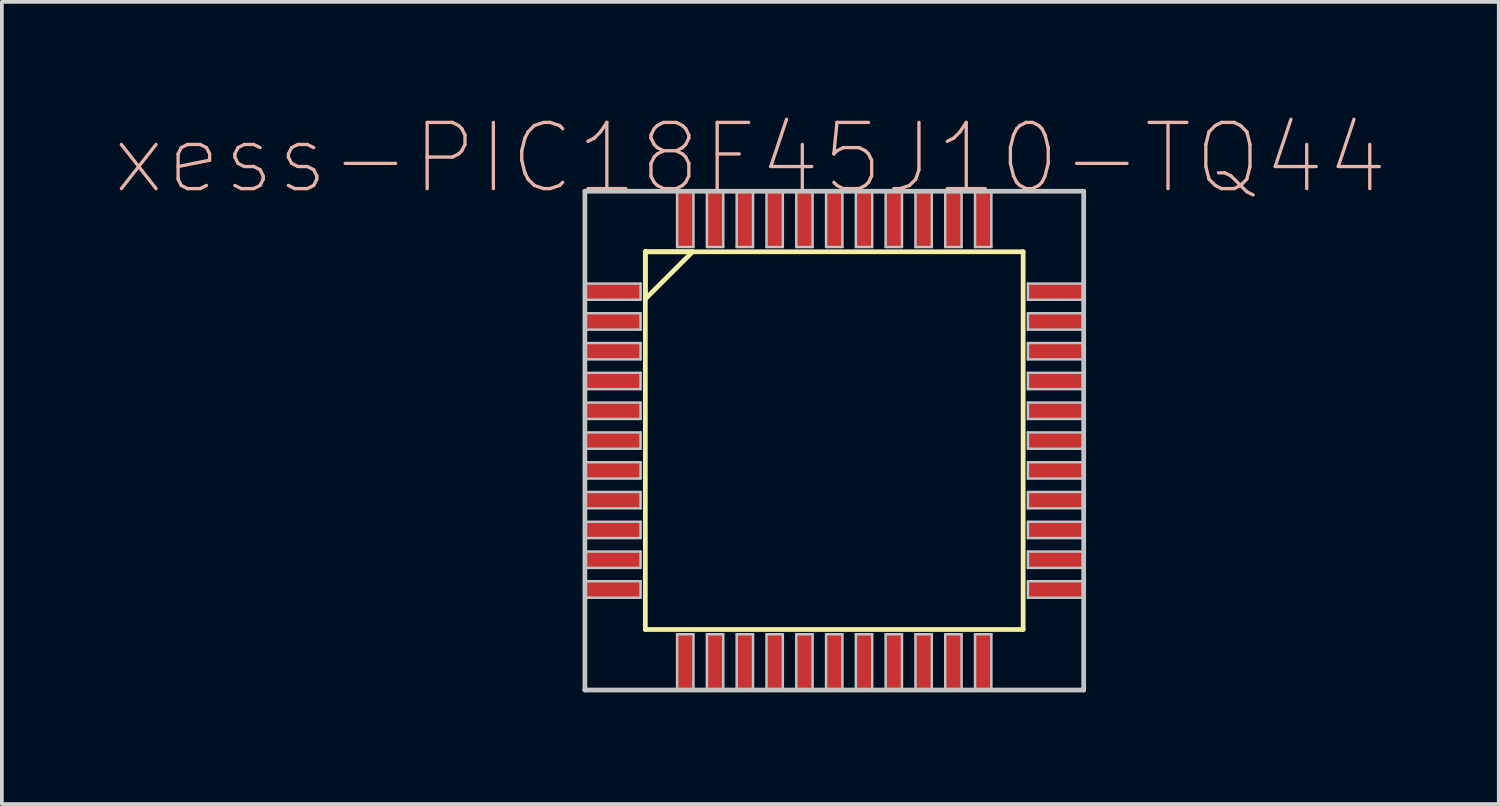
<source format=kicad_pcb>
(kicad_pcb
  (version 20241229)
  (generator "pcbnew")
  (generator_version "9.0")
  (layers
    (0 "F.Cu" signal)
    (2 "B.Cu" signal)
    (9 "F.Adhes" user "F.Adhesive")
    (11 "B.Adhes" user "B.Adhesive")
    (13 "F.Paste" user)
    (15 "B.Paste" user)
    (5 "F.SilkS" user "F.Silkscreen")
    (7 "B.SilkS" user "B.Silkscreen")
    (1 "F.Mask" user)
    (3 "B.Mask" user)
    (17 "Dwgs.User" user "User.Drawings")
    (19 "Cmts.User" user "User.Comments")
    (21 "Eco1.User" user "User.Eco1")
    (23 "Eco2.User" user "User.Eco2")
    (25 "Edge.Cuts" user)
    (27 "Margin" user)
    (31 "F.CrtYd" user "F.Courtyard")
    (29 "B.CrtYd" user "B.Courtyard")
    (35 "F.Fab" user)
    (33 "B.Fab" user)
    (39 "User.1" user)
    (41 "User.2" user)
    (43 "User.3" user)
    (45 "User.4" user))
  (footprint "xess-PIC18F45J10-TQ44"
    (layer "F.Cu")
    (at 13.656 4.783)
    (property "Reference" "xess-PIC18F45J10-TQ44" (at 3.444 -3.586 0) (layer "B.SilkS") (effects (font (size 1.778 1.778) (thickness 0.089))))
    (attr smd)
    (fp_line (start 0.625 -1.072) (end 0.625 0.196) (stroke (width 0.127) (type solid)) (layer "F.SilkS"))
    (fp_line (start 0.625 -1.072) (end 0.625 9.073) (stroke (width 0.127) (type solid)) (layer "F.SilkS"))
    (fp_line (start 0.625 0.196) (end 1.895 -1.072) (stroke (width 0.127) (type solid)) (layer "F.SilkS"))
    (fp_line (start 0.625 9.073) (end 10.772 9.073) (stroke (width 0.127) (type solid)) (layer "F.SilkS"))
    (fp_line (start 1.895 -1.072) (end 0.625 -1.072) (stroke (width 0.127) (type solid)) (layer "F.SilkS"))
    (fp_line (start 10.772 -1.072) (end 0.625 -1.072) (stroke (width 0.127) (type solid)) (layer "F.SilkS"))
    (fp_line (start 10.772 9.073) (end 10.772 -1.072) (stroke (width 0.127) (type solid)) (layer "F.SilkS"))
    (fp_line (start -0.998 -2.697) (end -0.998 10.698) (stroke (width 0.127) (type solid)) (layer "Dwgs.User"))
    (fp_line (start -0.998 -0.218) (end 0.498 -0.218) (stroke (width 0.066) (type solid)) (layer "Dwgs.User"))
    (fp_line (start -0.998 0.218) (end -0.998 -0.218) (stroke (width 0.066) (type solid)) (layer "Dwgs.User"))
    (fp_line (start -0.998 0.218) (end 0.498 0.218) (stroke (width 0.066) (type solid)) (layer "Dwgs.User"))
    (fp_line (start -0.998 0.579) (end 0.498 0.579) (stroke (width 0.066) (type solid)) (layer "Dwgs.User"))
    (fp_line (start -0.998 1.019) (end -0.998 0.579) (stroke (width 0.066) (type solid)) (layer "Dwgs.User"))
    (fp_line (start -0.998 1.019) (end 0.498 1.019) (stroke (width 0.066) (type solid)) (layer "Dwgs.User"))
    (fp_line (start -0.998 1.379) (end 0.498 1.379) (stroke (width 0.066) (type solid)) (layer "Dwgs.User"))
    (fp_line (start -0.998 1.819) (end -0.998 1.379) (stroke (width 0.066) (type solid)) (layer "Dwgs.User"))
    (fp_line (start -0.998 1.819) (end 0.498 1.819) (stroke (width 0.066) (type solid)) (layer "Dwgs.User"))
    (fp_line (start -0.998 2.179) (end 0.498 2.179) (stroke (width 0.066) (type solid)) (layer "Dwgs.User"))
    (fp_line (start -0.998 2.619) (end -0.998 2.179) (stroke (width 0.066) (type solid)) (layer "Dwgs.User"))
    (fp_line (start -0.998 2.619) (end 0.498 2.619) (stroke (width 0.066) (type solid)) (layer "Dwgs.User"))
    (fp_line (start -0.998 2.979) (end 0.498 2.979) (stroke (width 0.066) (type solid)) (layer "Dwgs.User"))
    (fp_line (start -0.998 3.419) (end -0.998 2.979) (stroke (width 0.066) (type solid)) (layer "Dwgs.User"))
    (fp_line (start -0.998 3.419) (end 0.498 3.419) (stroke (width 0.066) (type solid)) (layer "Dwgs.User"))
    (fp_line (start -0.998 3.78) (end 0.498 3.78) (stroke (width 0.066) (type solid)) (layer "Dwgs.User"))
    (fp_line (start -0.998 4.219) (end -0.998 3.78) (stroke (width 0.066) (type solid)) (layer "Dwgs.User"))
    (fp_line (start -0.998 4.219) (end 0.498 4.219) (stroke (width 0.066) (type solid)) (layer "Dwgs.User"))
    (fp_line (start -0.998 4.58) (end 0.498 4.58) (stroke (width 0.066) (type solid)) (layer "Dwgs.User"))
    (fp_line (start -0.998 5.019) (end -0.998 4.58) (stroke (width 0.066) (type solid)) (layer "Dwgs.User"))
    (fp_line (start -0.998 5.019) (end 0.498 5.019) (stroke (width 0.066) (type solid)) (layer "Dwgs.User"))
    (fp_line (start -0.998 5.38) (end 0.498 5.38) (stroke (width 0.066) (type solid)) (layer "Dwgs.User"))
    (fp_line (start -0.998 5.819) (end -0.998 5.38) (stroke (width 0.066) (type solid)) (layer "Dwgs.User"))
    (fp_line (start -0.998 5.819) (end 0.498 5.819) (stroke (width 0.066) (type solid)) (layer "Dwgs.User"))
    (fp_line (start -0.998 6.18) (end 0.498 6.18) (stroke (width 0.066) (type solid)) (layer "Dwgs.User"))
    (fp_line (start -0.998 6.619) (end -0.998 6.18) (stroke (width 0.066) (type solid)) (layer "Dwgs.User"))
    (fp_line (start -0.998 6.619) (end 0.498 6.619) (stroke (width 0.066) (type solid)) (layer "Dwgs.User"))
    (fp_line (start -0.998 6.98) (end 0.498 6.98) (stroke (width 0.066) (type solid)) (layer "Dwgs.User"))
    (fp_line (start -0.998 7.419) (end -0.998 6.98) (stroke (width 0.066) (type solid)) (layer "Dwgs.User"))
    (fp_line (start -0.998 7.419) (end 0.498 7.419) (stroke (width 0.066) (type solid)) (layer "Dwgs.User"))
    (fp_line (start -0.998 7.777) (end 0.498 7.777) (stroke (width 0.066) (type solid)) (layer "Dwgs.User"))
    (fp_line (start -0.998 8.219) (end -0.998 7.777) (stroke (width 0.066) (type solid)) (layer "Dwgs.User"))
    (fp_line (start -0.998 8.219) (end 0.498 8.219) (stroke (width 0.066) (type solid)) (layer "Dwgs.User"))
    (fp_line (start -0.998 10.698) (end 12.398 10.698) (stroke (width 0.127) (type solid)) (layer "Dwgs.User"))
    (fp_line (start 0.498 0.218) (end 0.498 -0.218) (stroke (width 0.066) (type solid)) (layer "Dwgs.User"))
    (fp_line (start 0.498 1.019) (end 0.498 0.579) (stroke (width 0.066) (type solid)) (layer "Dwgs.User"))
    (fp_line (start 0.498 1.819) (end 0.498 1.379) (stroke (width 0.066) (type solid)) (layer "Dwgs.User"))
    (fp_line (start 0.498 2.619) (end 0.498 2.179) (stroke (width 0.066) (type solid)) (layer "Dwgs.User"))
    (fp_line (start 0.498 3.419) (end 0.498 2.979) (stroke (width 0.066) (type solid)) (layer "Dwgs.User"))
    (fp_line (start 0.498 4.219) (end 0.498 3.78) (stroke (width 0.066) (type solid)) (layer "Dwgs.User"))
    (fp_line (start 0.498 5.019) (end 0.498 4.58) (stroke (width 0.066) (type solid)) (layer "Dwgs.User"))
    (fp_line (start 0.498 5.819) (end 0.498 5.38) (stroke (width 0.066) (type solid)) (layer "Dwgs.User"))
    (fp_line (start 0.498 6.619) (end 0.498 6.18) (stroke (width 0.066) (type solid)) (layer "Dwgs.User"))
    (fp_line (start 0.498 7.419) (end 0.498 6.98) (stroke (width 0.066) (type solid)) (layer "Dwgs.User"))
    (fp_line (start 0.498 8.219) (end 0.498 7.777) (stroke (width 0.066) (type solid)) (layer "Dwgs.User"))
    (fp_line (start 1.478 -2.697) (end 1.918 -2.697) (stroke (width 0.066) (type solid)) (layer "Dwgs.User"))
    (fp_line (start 1.478 -1.199) (end 1.478 -2.697) (stroke (width 0.066) (type solid)) (layer "Dwgs.User"))
    (fp_line (start 1.478 -1.199) (end 1.918 -1.199) (stroke (width 0.066) (type solid)) (layer "Dwgs.User"))
    (fp_line (start 1.478 9.2) (end 1.918 9.2) (stroke (width 0.066) (type solid)) (layer "Dwgs.User"))
    (fp_line (start 1.478 10.698) (end 1.478 9.2) (stroke (width 0.066) (type solid)) (layer "Dwgs.User"))
    (fp_line (start 1.478 10.698) (end 1.918 10.698) (stroke (width 0.066) (type solid)) (layer "Dwgs.User"))
    (fp_line (start 1.918 -1.199) (end 1.918 -2.697) (stroke (width 0.066) (type solid)) (layer "Dwgs.User"))
    (fp_line (start 1.918 10.698) (end 1.918 9.2) (stroke (width 0.066) (type solid)) (layer "Dwgs.User"))
    (fp_line (start 2.278 -2.697) (end 2.718 -2.697) (stroke (width 0.066) (type solid)) (layer "Dwgs.User"))
    (fp_line (start 2.278 -1.199) (end 2.278 -2.697) (stroke (width 0.066) (type solid)) (layer "Dwgs.User"))
    (fp_line (start 2.278 -1.199) (end 2.718 -1.199) (stroke (width 0.066) (type solid)) (layer "Dwgs.User"))
    (fp_line (start 2.278 9.2) (end 2.718 9.2) (stroke (width 0.066) (type solid)) (layer "Dwgs.User"))
    (fp_line (start 2.278 10.698) (end 2.278 9.2) (stroke (width 0.066) (type solid)) (layer "Dwgs.User"))
    (fp_line (start 2.278 10.698) (end 2.718 10.698) (stroke (width 0.066) (type solid)) (layer "Dwgs.User"))
    (fp_line (start 2.718 -1.199) (end 2.718 -2.697) (stroke (width 0.066) (type solid)) (layer "Dwgs.User"))
    (fp_line (start 2.718 10.698) (end 2.718 9.2) (stroke (width 0.066) (type solid)) (layer "Dwgs.User"))
    (fp_line (start 3.078 -2.697) (end 3.518 -2.697) (stroke (width 0.066) (type solid)) (layer "Dwgs.User"))
    (fp_line (start 3.078 -1.199) (end 3.078 -2.697) (stroke (width 0.066) (type solid)) (layer "Dwgs.User"))
    (fp_line (start 3.078 -1.199) (end 3.518 -1.199) (stroke (width 0.066) (type solid)) (layer "Dwgs.User"))
    (fp_line (start 3.078 9.2) (end 3.518 9.2) (stroke (width 0.066) (type solid)) (layer "Dwgs.User"))
    (fp_line (start 3.078 10.698) (end 3.078 9.2) (stroke (width 0.066) (type solid)) (layer "Dwgs.User"))
    (fp_line (start 3.078 10.698) (end 3.518 10.698) (stroke (width 0.066) (type solid)) (layer "Dwgs.User"))
    (fp_line (start 3.518 -1.199) (end 3.518 -2.697) (stroke (width 0.066) (type solid)) (layer "Dwgs.User"))
    (fp_line (start 3.518 10.698) (end 3.518 9.2) (stroke (width 0.066) (type solid)) (layer "Dwgs.User"))
    (fp_line (start 3.879 -2.697) (end 4.318 -2.697) (stroke (width 0.066) (type solid)) (layer "Dwgs.User"))
    (fp_line (start 3.879 -1.199) (end 3.879 -2.697) (stroke (width 0.066) (type solid)) (layer "Dwgs.User"))
    (fp_line (start 3.879 -1.199) (end 4.318 -1.199) (stroke (width 0.066) (type solid)) (layer "Dwgs.User"))
    (fp_line (start 3.879 9.2) (end 4.318 9.2) (stroke (width 0.066) (type solid)) (layer "Dwgs.User"))
    (fp_line (start 3.879 10.698) (end 3.879 9.2) (stroke (width 0.066) (type solid)) (layer "Dwgs.User"))
    (fp_line (start 3.879 10.698) (end 4.318 10.698) (stroke (width 0.066) (type solid)) (layer "Dwgs.User"))
    (fp_line (start 4.318 -1.199) (end 4.318 -2.697) (stroke (width 0.066) (type solid)) (layer "Dwgs.User"))
    (fp_line (start 4.318 10.698) (end 4.318 9.2) (stroke (width 0.066) (type solid)) (layer "Dwgs.User"))
    (fp_line (start 4.679 -2.697) (end 5.118 -2.697) (stroke (width 0.066) (type solid)) (layer "Dwgs.User"))
    (fp_line (start 4.679 -1.199) (end 4.679 -2.697) (stroke (width 0.066) (type solid)) (layer "Dwgs.User"))
    (fp_line (start 4.679 -1.199) (end 5.118 -1.199) (stroke (width 0.066) (type solid)) (layer "Dwgs.User"))
    (fp_line (start 4.679 9.2) (end 5.118 9.2) (stroke (width 0.066) (type solid)) (layer "Dwgs.User"))
    (fp_line (start 4.679 10.698) (end 4.679 9.2) (stroke (width 0.066) (type solid)) (layer "Dwgs.User"))
    (fp_line (start 4.679 10.698) (end 5.118 10.698) (stroke (width 0.066) (type solid)) (layer "Dwgs.User"))
    (fp_line (start 5.118 -1.199) (end 5.118 -2.697) (stroke (width 0.066) (type solid)) (layer "Dwgs.User"))
    (fp_line (start 5.118 10.698) (end 5.118 9.2) (stroke (width 0.066) (type solid)) (layer "Dwgs.User"))
    (fp_line (start 5.479 -2.697) (end 5.918 -2.697) (stroke (width 0.066) (type solid)) (layer "Dwgs.User"))
    (fp_line (start 5.479 -1.199) (end 5.479 -2.697) (stroke (width 0.066) (type solid)) (layer "Dwgs.User"))
    (fp_line (start 5.479 -1.199) (end 5.918 -1.199) (stroke (width 0.066) (type solid)) (layer "Dwgs.User"))
    (fp_line (start 5.479 9.2) (end 5.918 9.2) (stroke (width 0.066) (type solid)) (layer "Dwgs.User"))
    (fp_line (start 5.479 10.698) (end 5.479 9.2) (stroke (width 0.066) (type solid)) (layer "Dwgs.User"))
    (fp_line (start 5.479 10.698) (end 5.918 10.698) (stroke (width 0.066) (type solid)) (layer "Dwgs.User"))
    (fp_line (start 5.918 -1.199) (end 5.918 -2.697) (stroke (width 0.066) (type solid)) (layer "Dwgs.User"))
    (fp_line (start 5.918 10.698) (end 5.918 9.2) (stroke (width 0.066) (type solid)) (layer "Dwgs.User"))
    (fp_line (start 6.279 -2.697) (end 6.718 -2.697) (stroke (width 0.066) (type solid)) (layer "Dwgs.User"))
    (fp_line (start 6.279 -1.199) (end 6.279 -2.697) (stroke (width 0.066) (type solid)) (layer "Dwgs.User"))
    (fp_line (start 6.279 -1.199) (end 6.718 -1.199) (stroke (width 0.066) (type solid)) (layer "Dwgs.User"))
    (fp_line (start 6.279 9.2) (end 6.718 9.2) (stroke (width 0.066) (type solid)) (layer "Dwgs.User"))
    (fp_line (start 6.279 10.698) (end 6.279 9.2) (stroke (width 0.066) (type solid)) (layer "Dwgs.User"))
    (fp_line (start 6.279 10.698) (end 6.718 10.698) (stroke (width 0.066) (type solid)) (layer "Dwgs.User"))
    (fp_line (start 6.718 -1.199) (end 6.718 -2.697) (stroke (width 0.066) (type solid)) (layer "Dwgs.User"))
    (fp_line (start 6.718 10.698) (end 6.718 9.2) (stroke (width 0.066) (type solid)) (layer "Dwgs.User"))
    (fp_line (start 7.079 -2.697) (end 7.518 -2.697) (stroke (width 0.066) (type solid)) (layer "Dwgs.User"))
    (fp_line (start 7.079 -1.199) (end 7.079 -2.697) (stroke (width 0.066) (type solid)) (layer "Dwgs.User"))
    (fp_line (start 7.079 -1.199) (end 7.518 -1.199) (stroke (width 0.066) (type solid)) (layer "Dwgs.User"))
    (fp_line (start 7.079 9.2) (end 7.518 9.2) (stroke (width 0.066) (type solid)) (layer "Dwgs.User"))
    (fp_line (start 7.079 10.698) (end 7.079 9.2) (stroke (width 0.066) (type solid)) (layer "Dwgs.User"))
    (fp_line (start 7.079 10.698) (end 7.518 10.698) (stroke (width 0.066) (type solid)) (layer "Dwgs.User"))
    (fp_line (start 7.518 -1.199) (end 7.518 -2.697) (stroke (width 0.066) (type solid)) (layer "Dwgs.User"))
    (fp_line (start 7.518 10.698) (end 7.518 9.2) (stroke (width 0.066) (type solid)) (layer "Dwgs.User"))
    (fp_line (start 7.879 -2.697) (end 8.319 -2.697) (stroke (width 0.066) (type solid)) (layer "Dwgs.User"))
    (fp_line (start 7.879 -1.199) (end 7.879 -2.697) (stroke (width 0.066) (type solid)) (layer "Dwgs.User"))
    (fp_line (start 7.879 -1.199) (end 8.319 -1.199) (stroke (width 0.066) (type solid)) (layer "Dwgs.User"))
    (fp_line (start 7.879 9.2) (end 8.319 9.2) (stroke (width 0.066) (type solid)) (layer "Dwgs.User"))
    (fp_line (start 7.879 10.698) (end 7.879 9.2) (stroke (width 0.066) (type solid)) (layer "Dwgs.User"))
    (fp_line (start 7.879 10.698) (end 8.319 10.698) (stroke (width 0.066) (type solid)) (layer "Dwgs.User"))
    (fp_line (start 8.319 -1.199) (end 8.319 -2.697) (stroke (width 0.066) (type solid)) (layer "Dwgs.User"))
    (fp_line (start 8.319 10.698) (end 8.319 9.2) (stroke (width 0.066) (type solid)) (layer "Dwgs.User"))
    (fp_line (start 8.679 -2.697) (end 9.119 -2.697) (stroke (width 0.066) (type solid)) (layer "Dwgs.User"))
    (fp_line (start 8.679 -1.199) (end 8.679 -2.697) (stroke (width 0.066) (type solid)) (layer "Dwgs.User"))
    (fp_line (start 8.679 -1.199) (end 9.119 -1.199) (stroke (width 0.066) (type solid)) (layer "Dwgs.User"))
    (fp_line (start 8.679 9.2) (end 9.119 9.2) (stroke (width 0.066) (type solid)) (layer "Dwgs.User"))
    (fp_line (start 8.679 10.698) (end 8.679 9.2) (stroke (width 0.066) (type solid)) (layer "Dwgs.User"))
    (fp_line (start 8.679 10.698) (end 9.119 10.698) (stroke (width 0.066) (type solid)) (layer "Dwgs.User"))
    (fp_line (start 9.119 -1.199) (end 9.119 -2.697) (stroke (width 0.066) (type solid)) (layer "Dwgs.User"))
    (fp_line (start 9.119 10.698) (end 9.119 9.2) (stroke (width 0.066) (type solid)) (layer "Dwgs.User"))
    (fp_line (start 9.479 -2.697) (end 9.919 -2.697) (stroke (width 0.066) (type solid)) (layer "Dwgs.User"))
    (fp_line (start 9.479 -1.199) (end 9.479 -2.697) (stroke (width 0.066) (type solid)) (layer "Dwgs.User"))
    (fp_line (start 9.479 -1.199) (end 9.919 -1.199) (stroke (width 0.066) (type solid)) (layer "Dwgs.User"))
    (fp_line (start 9.479 9.2) (end 9.919 9.2) (stroke (width 0.066) (type solid)) (layer "Dwgs.User"))
    (fp_line (start 9.479 10.698) (end 9.479 9.2) (stroke (width 0.066) (type solid)) (layer "Dwgs.User"))
    (fp_line (start 9.479 10.698) (end 9.919 10.698) (stroke (width 0.066) (type solid)) (layer "Dwgs.User"))
    (fp_line (start 9.919 -1.199) (end 9.919 -2.697) (stroke (width 0.066) (type solid)) (layer "Dwgs.User"))
    (fp_line (start 9.919 10.698) (end 9.919 9.2) (stroke (width 0.066) (type solid)) (layer "Dwgs.User"))
    (fp_line (start 10.899 -0.218) (end 12.398 -0.218) (stroke (width 0.066) (type solid)) (layer "Dwgs.User"))
    (fp_line (start 10.899 0.218) (end 10.899 -0.218) (stroke (width 0.066) (type solid)) (layer "Dwgs.User"))
    (fp_line (start 10.899 0.218) (end 12.398 0.218) (stroke (width 0.066) (type solid)) (layer "Dwgs.User"))
    (fp_line (start 10.899 0.579) (end 12.398 0.579) (stroke (width 0.066) (type solid)) (layer "Dwgs.User"))
    (fp_line (start 10.899 1.019) (end 10.899 0.579) (stroke (width 0.066) (type solid)) (layer "Dwgs.User"))
    (fp_line (start 10.899 1.019) (end 12.398 1.019) (stroke (width 0.066) (type solid)) (layer "Dwgs.User"))
    (fp_line (start 10.899 1.379) (end 12.398 1.379) (stroke (width 0.066) (type solid)) (layer "Dwgs.User"))
    (fp_line (start 10.899 1.819) (end 10.899 1.379) (stroke (width 0.066) (type solid)) (layer "Dwgs.User"))
    (fp_line (start 10.899 1.819) (end 12.398 1.819) (stroke (width 0.066) (type solid)) (layer "Dwgs.User"))
    (fp_line (start 10.899 2.179) (end 12.398 2.179) (stroke (width 0.066) (type solid)) (layer "Dwgs.User"))
    (fp_line (start 10.899 2.619) (end 10.899 2.179) (stroke (width 0.066) (type solid)) (layer "Dwgs.User"))
    (fp_line (start 10.899 2.619) (end 12.398 2.619) (stroke (width 0.066) (type solid)) (layer "Dwgs.User"))
    (fp_line (start 10.899 2.979) (end 12.398 2.979) (stroke (width 0.066) (type solid)) (layer "Dwgs.User"))
    (fp_line (start 10.899 3.419) (end 10.899 2.979) (stroke (width 0.066) (type solid)) (layer "Dwgs.User"))
    (fp_line (start 10.899 3.419) (end 12.398 3.419) (stroke (width 0.066) (type solid)) (layer "Dwgs.User"))
    (fp_line (start 10.899 3.78) (end 12.398 3.78) (stroke (width 0.066) (type solid)) (layer "Dwgs.User"))
    (fp_line (start 10.899 4.219) (end 10.899 3.78) (stroke (width 0.066) (type solid)) (layer "Dwgs.User"))
    (fp_line (start 10.899 4.219) (end 12.398 4.219) (stroke (width 0.066) (type solid)) (layer "Dwgs.User"))
    (fp_line (start 10.899 4.58) (end 12.398 4.58) (stroke (width 0.066) (type solid)) (layer "Dwgs.User"))
    (fp_line (start 10.899 5.019) (end 10.899 4.58) (stroke (width 0.066) (type solid)) (layer "Dwgs.User"))
    (fp_line (start 10.899 5.019) (end 12.398 5.019) (stroke (width 0.066) (type solid)) (layer "Dwgs.User"))
    (fp_line (start 10.899 5.38) (end 12.398 5.38) (stroke (width 0.066) (type solid)) (layer "Dwgs.User"))
    (fp_line (start 10.899 5.819) (end 10.899 5.38) (stroke (width 0.066) (type solid)) (layer "Dwgs.User"))
    (fp_line (start 10.899 5.819) (end 12.398 5.819) (stroke (width 0.066) (type solid)) (layer "Dwgs.User"))
    (fp_line (start 10.899 6.18) (end 12.398 6.18) (stroke (width 0.066) (type solid)) (layer "Dwgs.User"))
    (fp_line (start 10.899 6.619) (end 10.899 6.18) (stroke (width 0.066) (type solid)) (layer "Dwgs.User"))
    (fp_line (start 10.899 6.619) (end 12.398 6.619) (stroke (width 0.066) (type solid)) (layer "Dwgs.User"))
    (fp_line (start 10.899 6.98) (end 12.398 6.98) (stroke (width 0.066) (type solid)) (layer "Dwgs.User"))
    (fp_line (start 10.899 7.419) (end 10.899 6.98) (stroke (width 0.066) (type solid)) (layer "Dwgs.User"))
    (fp_line (start 10.899 7.419) (end 12.398 7.419) (stroke (width 0.066) (type solid)) (layer "Dwgs.User"))
    (fp_line (start 10.899 7.777) (end 12.398 7.777) (stroke (width 0.066) (type solid)) (layer "Dwgs.User"))
    (fp_line (start 10.899 8.219) (end 10.899 7.777) (stroke (width 0.066) (type solid)) (layer "Dwgs.User"))
    (fp_line (start 10.899 8.219) (end 12.398 8.219) (stroke (width 0.066) (type solid)) (layer "Dwgs.User"))
    (fp_line (start 12.398 -2.697) (end -0.998 -2.697) (stroke (width 0.127) (type solid)) (layer "Dwgs.User"))
    (fp_line (start 12.398 0.218) (end 12.398 -0.218) (stroke (width 0.066) (type solid)) (layer "Dwgs.User"))
    (fp_line (start 12.398 1.019) (end 12.398 0.579) (stroke (width 0.066) (type solid)) (layer "Dwgs.User"))
    (fp_line (start 12.398 1.819) (end 12.398 1.379) (stroke (width 0.066) (type solid)) (layer "Dwgs.User"))
    (fp_line (start 12.398 2.619) (end 12.398 2.179) (stroke (width 0.066) (type solid)) (layer "Dwgs.User"))
    (fp_line (start 12.398 3.419) (end 12.398 2.979) (stroke (width 0.066) (type solid)) (layer "Dwgs.User"))
    (fp_line (start 12.398 4.219) (end 12.398 3.78) (stroke (width 0.066) (type solid)) (layer "Dwgs.User"))
    (fp_line (start 12.398 5.019) (end 12.398 4.58) (stroke (width 0.066) (type solid)) (layer "Dwgs.User"))
    (fp_line (start 12.398 5.819) (end 12.398 5.38) (stroke (width 0.066) (type solid)) (layer "Dwgs.User"))
    (fp_line (start 12.398 6.619) (end 12.398 6.18) (stroke (width 0.066) (type solid)) (layer "Dwgs.User"))
    (fp_line (start 12.398 7.419) (end 12.398 6.98) (stroke (width 0.066) (type solid)) (layer "Dwgs.User"))
    (fp_line (start 12.398 8.219) (end 12.398 7.777) (stroke (width 0.066) (type solid)) (layer "Dwgs.User"))
    (fp_line (start 12.398 10.698) (end 12.398 -2.697) (stroke (width 0.127) (type solid)) (layer "Dwgs.User"))
    (pad "1" smd rect (at -0.249 0) (size 1.499 0.439) (layers "F.Cu" "F.Mask" "F.Paste"))
    (pad "2" smd rect (at -0.249 0.798) (size 1.499 0.439) (layers "F.Cu" "F.Mask" "F.Paste"))
    (pad "3" smd rect (at -0.249 1.598) (size 1.499 0.439) (layers "F.Cu" "F.Mask" "F.Paste"))
    (pad "4" smd rect (at -0.249 2.398) (size 1.499 0.439) (layers "F.Cu" "F.Mask" "F.Paste"))
    (pad "5" smd rect (at -0.249 3.198) (size 1.499 0.439) (layers "F.Cu" "F.Mask" "F.Paste"))
    (pad "6" smd rect (at -0.249 3.998) (size 1.499 0.439) (layers "F.Cu" "F.Mask" "F.Paste"))
    (pad "7" smd rect (at -0.249 4.798) (size 1.499 0.439) (layers "F.Cu" "F.Mask" "F.Paste"))
    (pad "8" smd rect (at -0.249 5.598) (size 1.499 0.439) (layers "F.Cu" "F.Mask" "F.Paste"))
    (pad "9" smd rect (at -0.249 6.398) (size 1.499 0.439) (layers "F.Cu" "F.Mask" "F.Paste"))
    (pad "10" smd rect (at -0.249 7.198) (size 1.499 0.439) (layers "F.Cu" "F.Mask" "F.Paste"))
    (pad "11" smd rect (at -0.249 7.998) (size 1.499 0.439) (layers "F.Cu" "F.Mask" "F.Paste"))
    (pad "12" smd rect (at 1.699 9.949) (size 0.439 1.499) (layers "F.Cu" "F.Mask" "F.Paste"))
    (pad "13" smd rect (at 2.499 9.949) (size 0.439 1.499) (layers "F.Cu" "F.Mask" "F.Paste"))
    (pad "14" smd rect (at 3.299 9.949) (size 0.439 1.499) (layers "F.Cu" "F.Mask" "F.Paste"))
    (pad "15" smd rect (at 4.1 9.949) (size 0.439 1.499) (layers "F.Cu" "F.Mask" "F.Paste"))
    (pad "16" smd rect (at 4.9 9.949) (size 0.439 1.499) (layers "F.Cu" "F.Mask" "F.Paste"))
    (pad "17" smd rect (at 5.7 9.949) (size 0.439 1.499) (layers "F.Cu" "F.Mask" "F.Paste"))
    (pad "18" smd rect (at 6.5 9.949) (size 0.439 1.499) (layers "F.Cu" "F.Mask" "F.Paste"))
    (pad "19" smd rect (at 7.3 9.949) (size 0.439 1.499) (layers "F.Cu" "F.Mask" "F.Paste"))
    (pad "20" smd rect (at 8.098 9.949) (size 0.439 1.499) (layers "F.Cu" "F.Mask" "F.Paste"))
    (pad "21" smd rect (at 8.898 9.949) (size 0.439 1.499) (layers "F.Cu" "F.Mask" "F.Paste"))
    (pad "22" smd rect (at 9.698 9.949) (size 0.439 1.499) (layers "F.Cu" "F.Mask" "F.Paste"))
    (pad "23" smd rect (at 11.648 7.998) (size 1.499 0.439) (layers "F.Cu" "F.Mask" "F.Paste"))
    (pad "24" smd rect (at 11.648 7.198) (size 1.499 0.439) (layers "F.Cu" "F.Mask" "F.Paste"))
    (pad "25" smd rect (at 11.648 6.398) (size 1.499 0.439) (layers "F.Cu" "F.Mask" "F.Paste"))
    (pad "26" smd rect (at 11.648 5.598) (size 1.499 0.439) (layers "F.Cu" "F.Mask" "F.Paste"))
    (pad "27" smd rect (at 11.648 4.798) (size 1.499 0.439) (layers "F.Cu" "F.Mask" "F.Paste"))
    (pad "28" smd rect (at 11.648 3.998) (size 1.499 0.439) (layers "F.Cu" "F.Mask" "F.Paste"))
    (pad "29" smd rect (at 11.648 3.198) (size 1.499 0.439) (layers "F.Cu" "F.Mask" "F.Paste"))
    (pad "30" smd rect (at 11.648 2.398) (size 1.499 0.439) (layers "F.Cu" "F.Mask" "F.Paste"))
    (pad "31" smd rect (at 11.648 1.598) (size 1.499 0.439) (layers "F.Cu" "F.Mask" "F.Paste"))
    (pad "32" smd rect (at 11.648 0.798) (size 1.499 0.439) (layers "F.Cu" "F.Mask" "F.Paste"))
    (pad "33" smd rect (at 11.648 0) (size 1.499 0.439) (layers "F.Cu" "F.Mask" "F.Paste"))
    (pad "34" smd rect (at 9.698 -1.948) (size 0.439 1.499) (layers "F.Cu" "F.Mask" "F.Paste"))
    (pad "35" smd rect (at 8.898 -1.948) (size 0.439 1.499) (layers "F.Cu" "F.Mask" "F.Paste"))
    (pad "36" smd rect (at 8.098 -1.948) (size 0.439 1.499) (layers "F.Cu" "F.Mask" "F.Paste"))
    (pad "37" smd rect (at 7.3 -1.948) (size 0.439 1.499) (layers "F.Cu" "F.Mask" "F.Paste"))
    (pad "38" smd rect (at 6.5 -1.948) (size 0.439 1.499) (layers "F.Cu" "F.Mask" "F.Paste"))
    (pad "39" smd rect (at 5.7 -1.948) (size 0.439 1.499) (layers "F.Cu" "F.Mask" "F.Paste"))
    (pad "40" smd rect (at 4.9 -1.948) (size 0.439 1.499) (layers "F.Cu" "F.Mask" "F.Paste"))
    (pad "41" smd rect (at 4.1 -1.948) (size 0.439 1.499) (layers "F.Cu" "F.Mask" "F.Paste"))
    (pad "42" smd rect (at 3.299 -1.948) (size 0.439 1.499) (layers "F.Cu" "F.Mask" "F.Paste"))
    (pad "43" smd rect (at 2.499 -1.948) (size 0.439 1.499) (layers "F.Cu" "F.Mask" "F.Paste"))
    (pad "44" smd rect (at 1.699 -1.948) (size 0.439 1.499) (layers "F.Cu" "F.Mask" "F.Paste")))
  (gr_rect
    (start -3 -3)
    (end 37.201 18.545)
    (stroke (width 0.1) (type default))
    (fill no)
    (layer "Edge.Cuts")))
</source>
